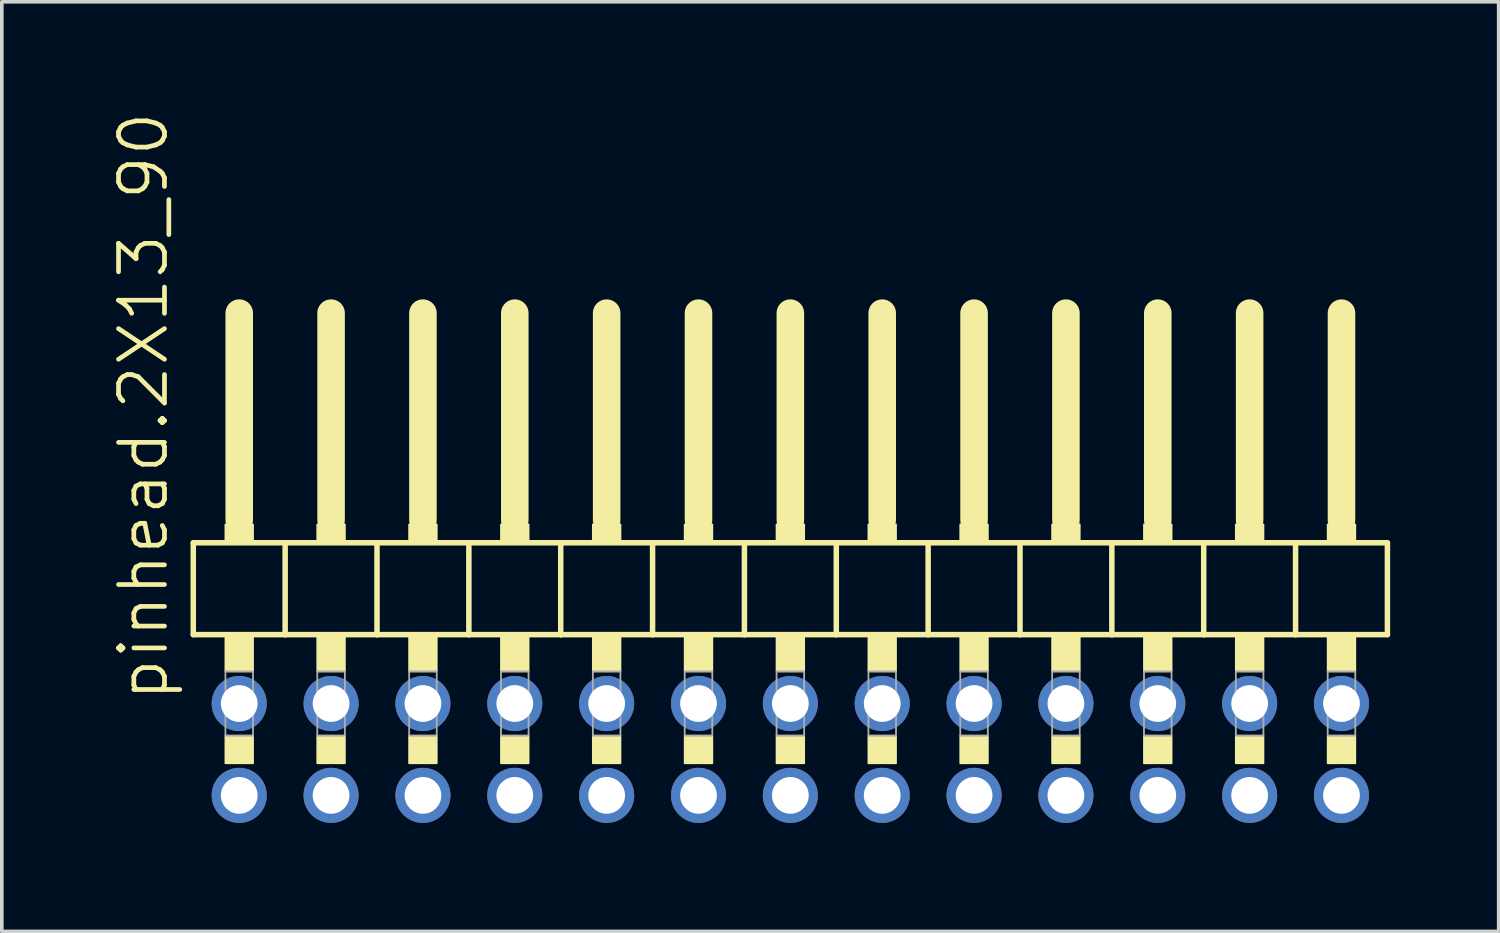
<source format=kicad_pcb>
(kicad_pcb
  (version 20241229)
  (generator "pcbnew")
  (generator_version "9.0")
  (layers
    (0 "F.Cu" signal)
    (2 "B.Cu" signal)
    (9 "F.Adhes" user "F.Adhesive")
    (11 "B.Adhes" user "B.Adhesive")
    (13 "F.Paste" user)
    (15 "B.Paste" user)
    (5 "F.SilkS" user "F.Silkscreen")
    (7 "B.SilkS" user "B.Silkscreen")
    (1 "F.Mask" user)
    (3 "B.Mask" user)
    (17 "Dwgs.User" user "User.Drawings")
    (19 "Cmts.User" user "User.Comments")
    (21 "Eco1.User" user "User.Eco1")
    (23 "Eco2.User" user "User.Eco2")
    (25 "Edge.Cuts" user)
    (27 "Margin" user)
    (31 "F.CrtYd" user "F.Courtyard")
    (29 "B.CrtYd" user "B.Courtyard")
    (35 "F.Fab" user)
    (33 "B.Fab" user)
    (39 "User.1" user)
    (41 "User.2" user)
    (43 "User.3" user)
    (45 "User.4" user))
  (footprint "pinhead.2X13_90"
    (layer "F.Cu")
    (at 18.805 12.594)
    (property "Reference" "pinhead.2X13_90" (at -17.145 3.81 90) (layer "F.SilkS") (effects (font (size 1.27 1.27) (thickness 0.13)) (justify left bottom)))
    (attr through_hole)
    (fp_line (start -16.51 -0.635) (end -16.51 1.905) (stroke (width 0.152) (type default)) (layer "F.SilkS"))
    (fp_line (start -16.51 1.905) (end -13.97 1.905) (stroke (width 0.152) (type default)) (layer "F.SilkS"))
    (fp_line (start -15.24 -6.985) (end -15.24 -1.27) (stroke (width 0.762) (type default)) (layer "F.SilkS"))
    (fp_line (start -13.97 -0.635) (end -16.51 -0.635) (stroke (width 0.152) (type default)) (layer "F.SilkS"))
    (fp_line (start -13.97 1.905) (end -13.97 -0.635) (stroke (width 0.152) (type default)) (layer "F.SilkS"))
    (fp_line (start -13.97 1.905) (end -11.43 1.905) (stroke (width 0.152) (type default)) (layer "F.SilkS"))
    (fp_line (start -12.7 -6.985) (end -12.7 -1.27) (stroke (width 0.762) (type default)) (layer "F.SilkS"))
    (fp_line (start -11.43 -0.635) (end -13.97 -0.635) (stroke (width 0.152) (type default)) (layer "F.SilkS"))
    (fp_line (start -11.43 1.905) (end -11.43 -0.635) (stroke (width 0.152) (type default)) (layer "F.SilkS"))
    (fp_line (start -11.43 1.905) (end -8.89 1.905) (stroke (width 0.152) (type default)) (layer "F.SilkS"))
    (fp_line (start -10.16 -6.985) (end -10.16 -1.27) (stroke (width 0.762) (type default)) (layer "F.SilkS"))
    (fp_line (start -8.89 -0.635) (end -11.43 -0.635) (stroke (width 0.152) (type default)) (layer "F.SilkS"))
    (fp_line (start -8.89 1.905) (end -8.89 -0.635) (stroke (width 0.152) (type default)) (layer "F.SilkS"))
    (fp_line (start -8.89 1.905) (end -6.35 1.905) (stroke (width 0.152) (type default)) (layer "F.SilkS"))
    (fp_line (start -7.62 -6.985) (end -7.62 -1.27) (stroke (width 0.762) (type default)) (layer "F.SilkS"))
    (fp_line (start -6.35 -0.635) (end -8.89 -0.635) (stroke (width 0.152) (type default)) (layer "F.SilkS"))
    (fp_line (start -6.35 1.905) (end -6.35 -0.635) (stroke (width 0.152) (type default)) (layer "F.SilkS"))
    (fp_line (start -6.35 1.905) (end -3.81 1.905) (stroke (width 0.152) (type default)) (layer "F.SilkS"))
    (fp_line (start -5.08 -6.985) (end -5.08 -1.27) (stroke (width 0.762) (type default)) (layer "F.SilkS"))
    (fp_line (start -3.81 -0.635) (end -6.35 -0.635) (stroke (width 0.152) (type default)) (layer "F.SilkS"))
    (fp_line (start -3.81 1.905) (end -3.81 -0.635) (stroke (width 0.152) (type default)) (layer "F.SilkS"))
    (fp_line (start -3.81 1.905) (end -1.27 1.905) (stroke (width 0.152) (type default)) (layer "F.SilkS"))
    (fp_line (start -2.54 -6.985) (end -2.54 -1.27) (stroke (width 0.762) (type default)) (layer "F.SilkS"))
    (fp_line (start -1.27 -0.635) (end -3.81 -0.635) (stroke (width 0.152) (type default)) (layer "F.SilkS"))
    (fp_line (start -1.27 1.905) (end -1.27 -0.635) (stroke (width 0.152) (type default)) (layer "F.SilkS"))
    (fp_line (start -1.27 1.905) (end 1.27 1.905) (stroke (width 0.152) (type default)) (layer "F.SilkS"))
    (fp_line (start 0 -6.985) (end 0 -1.27) (stroke (width 0.762) (type default)) (layer "F.SilkS"))
    (fp_line (start 1.27 -0.635) (end -1.27 -0.635) (stroke (width 0.152) (type default)) (layer "F.SilkS"))
    (fp_line (start 1.27 1.905) (end 1.27 -0.635) (stroke (width 0.152) (type default)) (layer "F.SilkS"))
    (fp_line (start 1.27 1.905) (end 3.81 1.905) (stroke (width 0.152) (type default)) (layer "F.SilkS"))
    (fp_line (start 2.54 -6.985) (end 2.54 -1.27) (stroke (width 0.762) (type default)) (layer "F.SilkS"))
    (fp_line (start 3.81 -0.635) (end 1.27 -0.635) (stroke (width 0.152) (type default)) (layer "F.SilkS"))
    (fp_line (start 3.81 1.905) (end 3.81 -0.635) (stroke (width 0.152) (type default)) (layer "F.SilkS"))
    (fp_line (start 3.81 1.905) (end 6.35 1.905) (stroke (width 0.152) (type default)) (layer "F.SilkS"))
    (fp_line (start 5.08 -6.985) (end 5.08 -1.27) (stroke (width 0.762) (type default)) (layer "F.SilkS"))
    (fp_line (start 6.35 -0.635) (end 3.81 -0.635) (stroke (width 0.152) (type default)) (layer "F.SilkS"))
    (fp_line (start 6.35 1.905) (end 6.35 -0.635) (stroke (width 0.152) (type default)) (layer "F.SilkS"))
    (fp_line (start 6.35 1.905) (end 8.89 1.905) (stroke (width 0.152) (type default)) (layer "F.SilkS"))
    (fp_line (start 7.62 -6.985) (end 7.62 -1.27) (stroke (width 0.762) (type default)) (layer "F.SilkS"))
    (fp_line (start 8.89 -0.635) (end 6.35 -0.635) (stroke (width 0.152) (type default)) (layer "F.SilkS"))
    (fp_line (start 8.89 1.905) (end 8.89 -0.635) (stroke (width 0.152) (type default)) (layer "F.SilkS"))
    (fp_line (start 8.89 1.905) (end 11.43 1.905) (stroke (width 0.152) (type default)) (layer "F.SilkS"))
    (fp_line (start 10.16 -6.985) (end 10.16 -1.27) (stroke (width 0.762) (type default)) (layer "F.SilkS"))
    (fp_line (start 11.43 -0.635) (end 8.89 -0.635) (stroke (width 0.152) (type default)) (layer "F.SilkS"))
    (fp_line (start 11.43 1.905) (end 11.43 -0.635) (stroke (width 0.152) (type default)) (layer "F.SilkS"))
    (fp_line (start 11.43 1.905) (end 13.97 1.905) (stroke (width 0.152) (type default)) (layer "F.SilkS"))
    (fp_line (start 12.7 -6.985) (end 12.7 -1.27) (stroke (width 0.762) (type default)) (layer "F.SilkS"))
    (fp_line (start 13.97 -0.635) (end 11.43 -0.635) (stroke (width 0.152) (type default)) (layer "F.SilkS"))
    (fp_line (start 13.97 1.905) (end 13.97 -0.635) (stroke (width 0.152) (type default)) (layer "F.SilkS"))
    (fp_line (start 13.97 1.905) (end 16.51 1.905) (stroke (width 0.152) (type default)) (layer "F.SilkS"))
    (fp_line (start 15.24 -6.985) (end 15.24 -1.27) (stroke (width 0.762) (type default)) (layer "F.SilkS"))
    (fp_line (start 16.51 -0.635) (end 13.97 -0.635) (stroke (width 0.152) (type default)) (layer "F.SilkS"))
    (fp_line (start 16.51 1.905) (end 16.51 -0.635) (stroke (width 0.152) (type default)) (layer "F.SilkS"))
    (fp_rect (start -15.621 -0.635) (end -14.859 -1.143) (stroke (width 0.05) (type default)) (fill yes) (layer "F.SilkS"))
    (fp_rect (start -15.621 2.921) (end -14.859 1.905) (stroke (width 0.05) (type default)) (fill yes) (layer "F.SilkS"))
    (fp_rect (start -15.621 5.461) (end -14.859 4.699) (stroke (width 0.05) (type default)) (fill yes) (layer "F.SilkS"))
    (fp_rect (start -13.081 -0.635) (end -12.319 -1.143) (stroke (width 0.05) (type default)) (fill yes) (layer "F.SilkS"))
    (fp_rect (start -13.081 2.921) (end -12.319 1.905) (stroke (width 0.05) (type default)) (fill yes) (layer "F.SilkS"))
    (fp_rect (start -13.081 5.461) (end -12.319 4.699) (stroke (width 0.05) (type default)) (fill yes) (layer "F.SilkS"))
    (fp_rect (start -10.541 -0.635) (end -9.779 -1.143) (stroke (width 0.05) (type default)) (fill yes) (layer "F.SilkS"))
    (fp_rect (start -10.541 2.921) (end -9.779 1.905) (stroke (width 0.05) (type default)) (fill yes) (layer "F.SilkS"))
    (fp_rect (start -10.541 5.461) (end -9.779 4.699) (stroke (width 0.05) (type default)) (fill yes) (layer "F.SilkS"))
    (fp_rect (start -8.001 -0.635) (end -7.239 -1.143) (stroke (width 0.05) (type default)) (fill yes) (layer "F.SilkS"))
    (fp_rect (start -8.001 2.921) (end -7.239 1.905) (stroke (width 0.05) (type default)) (fill yes) (layer "F.SilkS"))
    (fp_rect (start -8.001 5.461) (end -7.239 4.699) (stroke (width 0.05) (type default)) (fill yes) (layer "F.SilkS"))
    (fp_rect (start -5.461 -0.635) (end -4.699 -1.143) (stroke (width 0.05) (type default)) (fill yes) (layer "F.SilkS"))
    (fp_rect (start -5.461 2.921) (end -4.699 1.905) (stroke (width 0.05) (type default)) (fill yes) (layer "F.SilkS"))
    (fp_rect (start -5.461 5.461) (end -4.699 4.699) (stroke (width 0.05) (type default)) (fill yes) (layer "F.SilkS"))
    (fp_rect (start -2.921 -0.635) (end -2.159 -1.143) (stroke (width 0.05) (type default)) (fill yes) (layer "F.SilkS"))
    (fp_rect (start -2.921 2.921) (end -2.159 1.905) (stroke (width 0.05) (type default)) (fill yes) (layer "F.SilkS"))
    (fp_rect (start -2.921 5.461) (end -2.159 4.699) (stroke (width 0.05) (type default)) (fill yes) (layer "F.SilkS"))
    (fp_rect (start -0.381 -0.635) (end 0.381 -1.143) (stroke (width 0.05) (type default)) (fill yes) (layer "F.SilkS"))
    (fp_rect (start -0.381 2.921) (end 0.381 1.905) (stroke (width 0.05) (type default)) (fill yes) (layer "F.SilkS"))
    (fp_rect (start -0.381 5.461) (end 0.381 4.699) (stroke (width 0.05) (type default)) (fill yes) (layer "F.SilkS"))
    (fp_rect (start 2.159 -0.635) (end 2.921 -1.143) (stroke (width 0.05) (type default)) (fill yes) (layer "F.SilkS"))
    (fp_rect (start 2.159 2.921) (end 2.921 1.905) (stroke (width 0.05) (type default)) (fill yes) (layer "F.SilkS"))
    (fp_rect (start 2.159 5.461) (end 2.921 4.699) (stroke (width 0.05) (type default)) (fill yes) (layer "F.SilkS"))
    (fp_rect (start 4.699 -0.635) (end 5.461 -1.143) (stroke (width 0.05) (type default)) (fill yes) (layer "F.SilkS"))
    (fp_rect (start 4.699 2.921) (end 5.461 1.905) (stroke (width 0.05) (type default)) (fill yes) (layer "F.SilkS"))
    (fp_rect (start 4.699 5.461) (end 5.461 4.699) (stroke (width 0.05) (type default)) (fill yes) (layer "F.SilkS"))
    (fp_rect (start 7.239 -0.635) (end 8.001 -1.143) (stroke (width 0.05) (type default)) (fill yes) (layer "F.SilkS"))
    (fp_rect (start 7.239 2.921) (end 8.001 1.905) (stroke (width 0.05) (type default)) (fill yes) (layer "F.SilkS"))
    (fp_rect (start 7.239 5.461) (end 8.001 4.699) (stroke (width 0.05) (type default)) (fill yes) (layer "F.SilkS"))
    (fp_rect (start 9.779 -0.635) (end 10.541 -1.143) (stroke (width 0.05) (type default)) (fill yes) (layer "F.SilkS"))
    (fp_rect (start 9.779 2.921) (end 10.541 1.905) (stroke (width 0.05) (type default)) (fill yes) (layer "F.SilkS"))
    (fp_rect (start 9.779 5.461) (end 10.541 4.699) (stroke (width 0.05) (type default)) (fill yes) (layer "F.SilkS"))
    (fp_rect (start 12.319 -0.635) (end 13.081 -1.143) (stroke (width 0.05) (type default)) (fill yes) (layer "F.SilkS"))
    (fp_rect (start 12.319 2.921) (end 13.081 1.905) (stroke (width 0.05) (type default)) (fill yes) (layer "F.SilkS"))
    (fp_rect (start 12.319 5.461) (end 13.081 4.699) (stroke (width 0.05) (type default)) (fill yes) (layer "F.SilkS"))
    (fp_rect (start 14.859 -0.635) (end 15.621 -1.143) (stroke (width 0.05) (type default)) (fill yes) (layer "F.SilkS"))
    (fp_rect (start 14.859 2.921) (end 15.621 1.905) (stroke (width 0.05) (type default)) (fill yes) (layer "F.SilkS"))
    (fp_rect (start 14.859 5.461) (end 15.621 4.699) (stroke (width 0.05) (type default)) (fill yes) (layer "F.SilkS"))
    (fp_rect (start -15.621 4.699) (end -14.859 2.921) (stroke (width 0.05) (type default)) (fill no) (layer "F.Fab"))
    (fp_rect (start -13.081 4.699) (end -12.319 2.921) (stroke (width 0.05) (type default)) (fill no) (layer "F.Fab"))
    (fp_rect (start -10.541 4.699) (end -9.779 2.921) (stroke (width 0.05) (type default)) (fill no) (layer "F.Fab"))
    (fp_rect (start -8.001 4.699) (end -7.239 2.921) (stroke (width 0.05) (type default)) (fill no) (layer "F.Fab"))
    (fp_rect (start -5.461 4.699) (end -4.699 2.921) (stroke (width 0.05) (type default)) (fill no) (layer "F.Fab"))
    (fp_rect (start -2.921 4.699) (end -2.159 2.921) (stroke (width 0.05) (type default)) (fill no) (layer "F.Fab"))
    (fp_rect (start -0.381 4.699) (end 0.381 2.921) (stroke (width 0.05) (type default)) (fill no) (layer "F.Fab"))
    (fp_rect (start 2.159 4.699) (end 2.921 2.921) (stroke (width 0.05) (type default)) (fill no) (layer "F.Fab"))
    (fp_rect (start 4.699 4.699) (end 5.461 2.921) (stroke (width 0.05) (type default)) (fill no) (layer "F.Fab"))
    (fp_rect (start 7.239 4.699) (end 8.001 2.921) (stroke (width 0.05) (type default)) (fill no) (layer "F.Fab"))
    (fp_rect (start 9.779 4.699) (end 10.541 2.921) (stroke (width 0.05) (type default)) (fill no) (layer "F.Fab"))
    (fp_rect (start 12.319 4.699) (end 13.081 2.921) (stroke (width 0.05) (type default)) (fill no) (layer "F.Fab"))
    (fp_rect (start 14.859 4.699) (end 15.621 2.921) (stroke (width 0.05) (type default)) (fill no) (layer "F.Fab"))
    (pad "1" thru_hole circle (at -15.24 6.35) (size 1.524 1.524) (drill 1.016) (layers "*.Cu" "*.Mask"))
    (pad "2" thru_hole circle (at -15.24 3.81) (size 1.524 1.524) (drill 1.016) (layers "*.Cu" "*.Mask"))
    (pad "3" thru_hole circle (at -12.7 6.35) (size 1.524 1.524) (drill 1.016) (layers "*.Cu" "*.Mask"))
    (pad "4" thru_hole circle (at -12.7 3.81) (size 1.524 1.524) (drill 1.016) (layers "*.Cu" "*.Mask"))
    (pad "5" thru_hole circle (at -10.16 6.35) (size 1.524 1.524) (drill 1.016) (layers "*.Cu" "*.Mask"))
    (pad "6" thru_hole circle (at -10.16 3.81) (size 1.524 1.524) (drill 1.016) (layers "*.Cu" "*.Mask"))
    (pad "7" thru_hole circle (at -7.62 6.35) (size 1.524 1.524) (drill 1.016) (layers "*.Cu" "*.Mask"))
    (pad "8" thru_hole circle (at -7.62 3.81) (size 1.524 1.524) (drill 1.016) (layers "*.Cu" "*.Mask"))
    (pad "9" thru_hole circle (at -5.08 6.35) (size 1.524 1.524) (drill 1.016) (layers "*.Cu" "*.Mask"))
    (pad "10" thru_hole circle (at -5.08 3.81) (size 1.524 1.524) (drill 1.016) (layers "*.Cu" "*.Mask"))
    (pad "11" thru_hole circle (at -2.54 6.35) (size 1.524 1.524) (drill 1.016) (layers "*.Cu" "*.Mask"))
    (pad "12" thru_hole circle (at -2.54 3.81) (size 1.524 1.524) (drill 1.016) (layers "*.Cu" "*.Mask"))
    (pad "13" thru_hole circle (at 0 6.35) (size 1.524 1.524) (drill 1.016) (layers "*.Cu" "*.Mask"))
    (pad "14" thru_hole circle (at 0 3.81) (size 1.524 1.524) (drill 1.016) (layers "*.Cu" "*.Mask"))
    (pad "15" thru_hole circle (at 2.54 6.35) (size 1.524 1.524) (drill 1.016) (layers "*.Cu" "*.Mask"))
    (pad "16" thru_hole circle (at 2.54 3.81) (size 1.524 1.524) (drill 1.016) (layers "*.Cu" "*.Mask"))
    (pad "17" thru_hole circle (at 5.08 6.35) (size 1.524 1.524) (drill 1.016) (layers "*.Cu" "*.Mask"))
    (pad "18" thru_hole circle (at 5.08 3.81) (size 1.524 1.524) (drill 1.016) (layers "*.Cu" "*.Mask"))
    (pad "19" thru_hole circle (at 7.62 6.35) (size 1.524 1.524) (drill 1.016) (layers "*.Cu" "*.Mask"))
    (pad "20" thru_hole circle (at 7.62 3.81) (size 1.524 1.524) (drill 1.016) (layers "*.Cu" "*.Mask"))
    (pad "21" thru_hole circle (at 10.16 6.35) (size 1.524 1.524) (drill 1.016) (layers "*.Cu" "*.Mask"))
    (pad "22" thru_hole circle (at 10.16 3.81) (size 1.524 1.524) (drill 1.016) (layers "*.Cu" "*.Mask"))
    (pad "23" thru_hole circle (at 12.7 6.35) (size 1.524 1.524) (drill 1.016) (layers "*.Cu" "*.Mask"))
    (pad "24" thru_hole circle (at 12.7 3.81) (size 1.524 1.524) (drill 1.016) (layers "*.Cu" "*.Mask"))
    (pad "25" thru_hole circle (at 15.24 6.35) (size 1.524 1.524) (drill 1.016) (layers "*.Cu" "*.Mask"))
    (pad "26" thru_hole circle (at 15.24 3.81) (size 1.524 1.524) (drill 1.016) (layers "*.Cu" "*.Mask")))
  (gr_rect
    (start -3 -3)
    (end 38.391 22.706)
    (stroke (width 0.1) (type default))
    (fill no)
    (layer "Edge.Cuts")))
</source>
